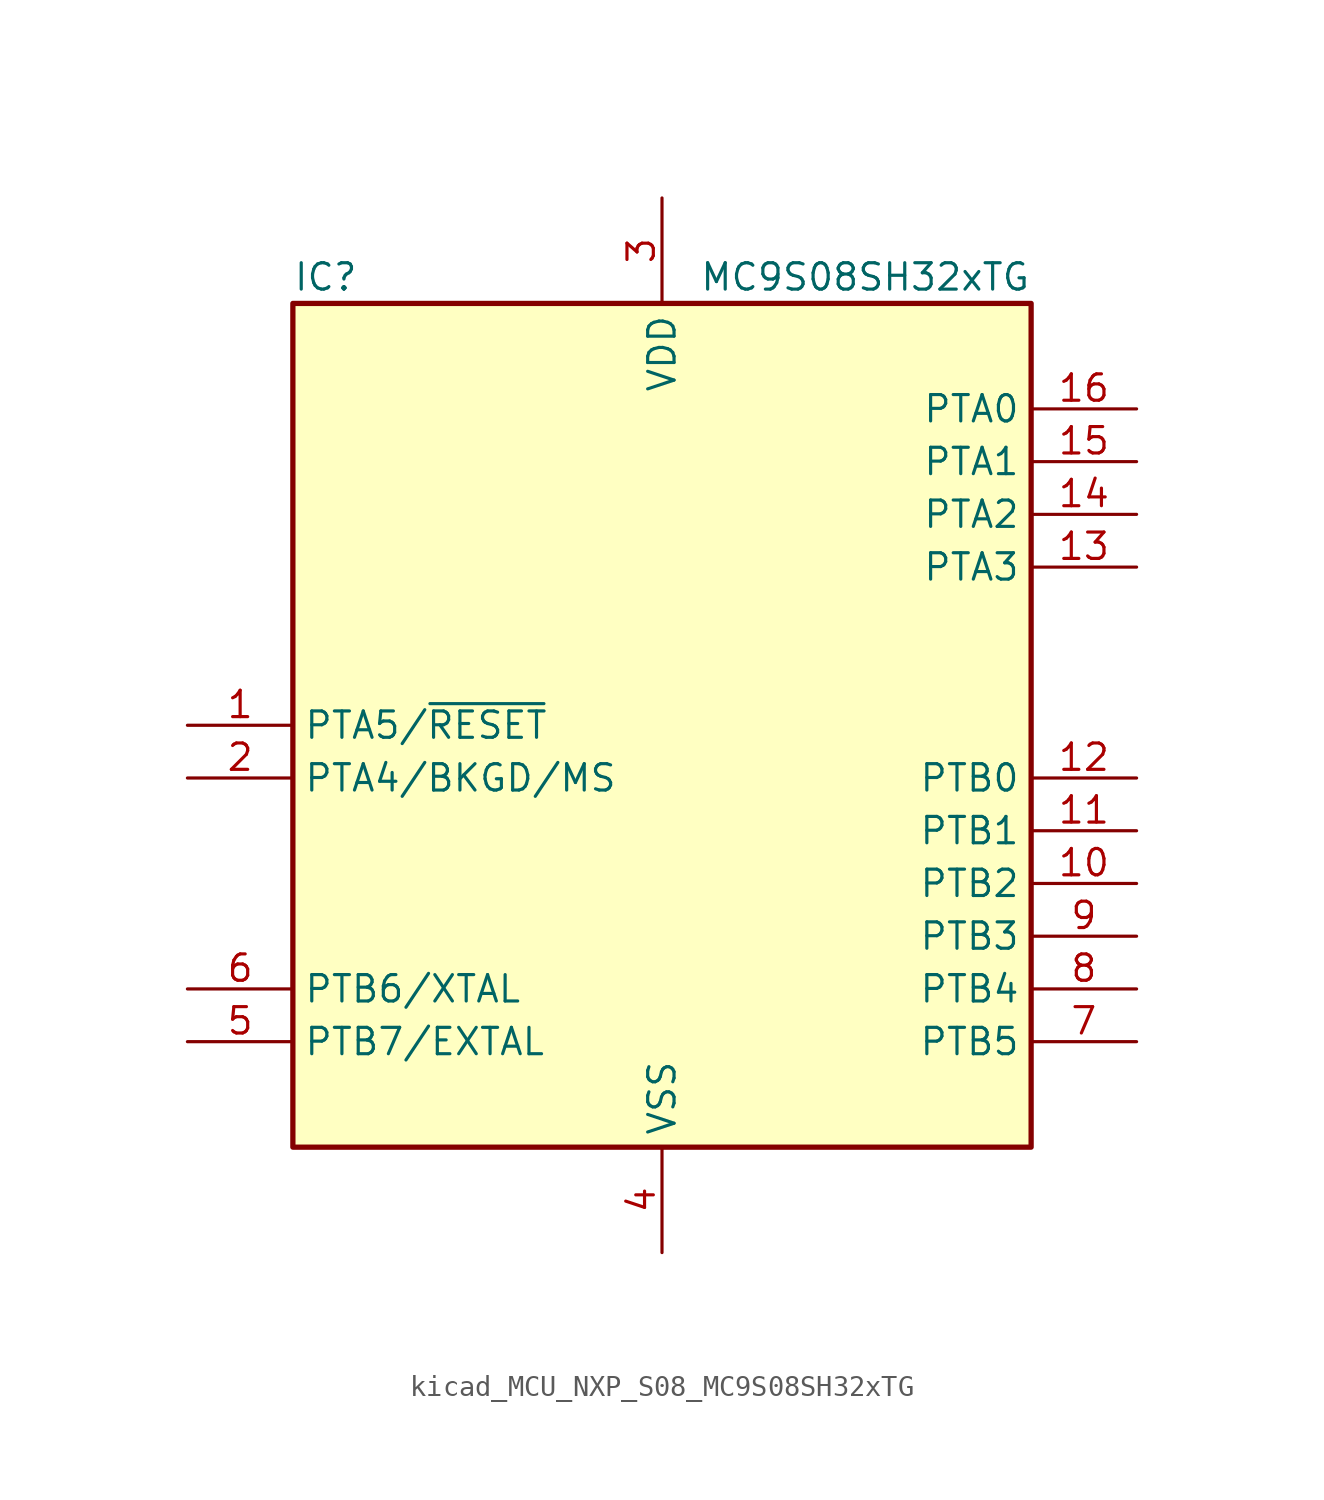
<source format=kicad_sym>
(kicad_symbol_lib
  (version 20220914)
  (generator kicad_symbol_editor)
  (symbol "kicad_MCU_NXP_S08_MC9S08SH32xTG"
    (property "Reference" "IC"
      (at -17.78 21.59 0)
      (effects (font (size 1.27 1.27)) (justify left)))
    (property "Value" "MC9S08SH32xTG"
      (at 17.78 21.59 0)
      (effects (font (size 1.27 1.27)) (justify right)))
    (symbol "kicad_MCU_NXP_S08_MC9S08SH32xTG_0_1"
      (rectangle (start -17.78 20.32) (end 17.78 -20.32) (stroke (width 0.254) (type default)) (fill (type background))))
    (symbol "kicad_MCU_NXP_S08_MC9S08SH32xTG_1_1"
      (pin bidirectional line (at -22.86 0 0) (length 5.08) (name "PTA5/~{RESET}" (effects (font (size 1.27 1.27)))) (number "1" (effects (font (size 1.27 1.27)))))
      (pin bidirectional line (at 22.86 -7.62 180) (length 5.08) (name "PTB2" (effects (font (size 1.27 1.27)))) (number "10" (effects (font (size 1.27 1.27)))))
      (pin bidirectional line (at 22.86 -5.08 180) (length 5.08) (name "PTB1" (effects (font (size 1.27 1.27)))) (number "11" (effects (font (size 1.27 1.27)))))
      (pin bidirectional line (at 22.86 -2.54 180) (length 5.08) (name "PTB0" (effects (font (size 1.27 1.27)))) (number "12" (effects (font (size 1.27 1.27)))))
      (pin bidirectional line (at 22.86 7.62 180) (length 5.08) (name "PTA3" (effects (font (size 1.27 1.27)))) (number "13" (effects (font (size 1.27 1.27)))))
      (pin bidirectional line (at 22.86 10.16 180) (length 5.08) (name "PTA2" (effects (font (size 1.27 1.27)))) (number "14" (effects (font (size 1.27 1.27)))))
      (pin bidirectional line (at 22.86 12.7 180) (length 5.08) (name "PTA1" (effects (font (size 1.27 1.27)))) (number "15" (effects (font (size 1.27 1.27)))))
      (pin bidirectional line (at 22.86 15.24 180) (length 5.08) (name "PTA0" (effects (font (size 1.27 1.27)))) (number "16" (effects (font (size 1.27 1.27)))))
      (pin bidirectional line (at -22.86 -2.54 0) (length 5.08) (name "PTA4/BKGD/MS" (effects (font (size 1.27 1.27)))) (number "2" (effects (font (size 1.27 1.27)))))
      (pin power_in line (at 0 25.4 270) (length 5.08) (name "VDD" (effects (font (size 1.27 1.27)))) (number "3" (effects (font (size 1.27 1.27)))))
      (pin power_in line (at 0 -25.4 90) (length 5.08) (name "VSS" (effects (font (size 1.27 1.27)))) (number "4" (effects (font (size 1.27 1.27)))))
      (pin bidirectional line (at -22.86 -15.24 0) (length 5.08) (name "PTB7/EXTAL" (effects (font (size 1.27 1.27)))) (number "5" (effects (font (size 1.27 1.27)))))
      (pin bidirectional line (at -22.86 -12.7 0) (length 5.08) (name "PTB6/XTAL" (effects (font (size 1.27 1.27)))) (number "6" (effects (font (size 1.27 1.27)))))
      (pin bidirectional line (at 22.86 -15.24 180) (length 5.08) (name "PTB5" (effects (font (size 1.27 1.27)))) (number "7" (effects (font (size 1.27 1.27)))))
      (pin bidirectional line (at 22.86 -12.7 180) (length 5.08) (name "PTB4" (effects (font (size 1.27 1.27)))) (number "8" (effects (font (size 1.27 1.27)))))
      (pin bidirectional line (at 22.86 -10.16 180) (length 5.08) (name "PTB3" (effects (font (size 1.27 1.27)))) (number "9" (effects (font (size 1.27 1.27))))))))
</source>
